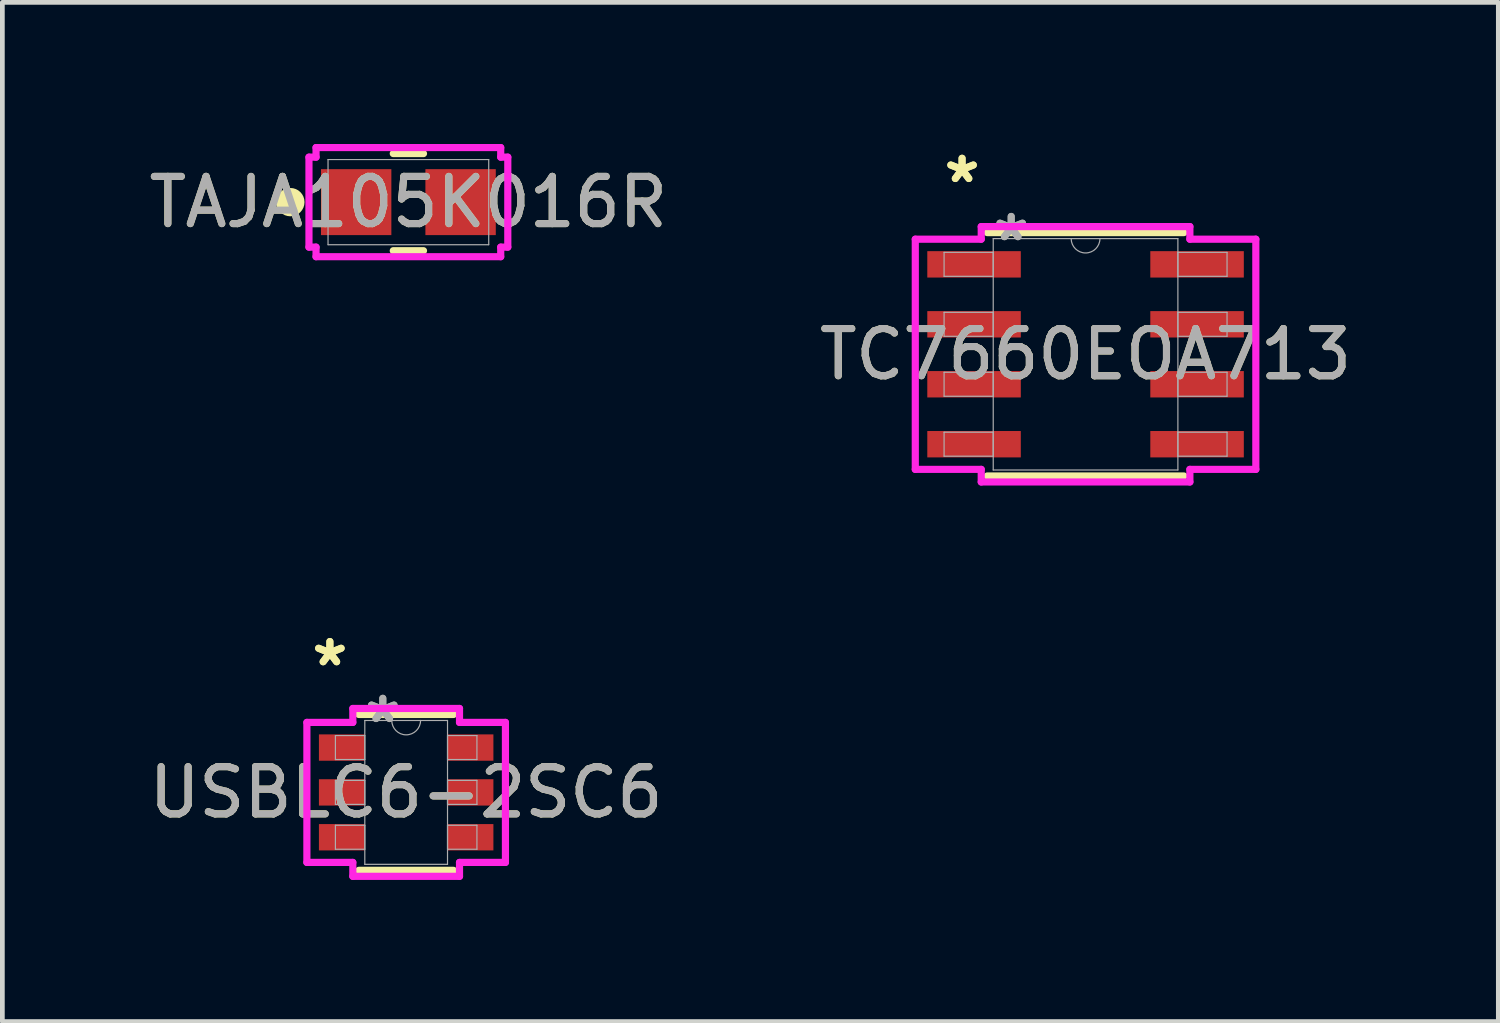
<source format=kicad_pcb>
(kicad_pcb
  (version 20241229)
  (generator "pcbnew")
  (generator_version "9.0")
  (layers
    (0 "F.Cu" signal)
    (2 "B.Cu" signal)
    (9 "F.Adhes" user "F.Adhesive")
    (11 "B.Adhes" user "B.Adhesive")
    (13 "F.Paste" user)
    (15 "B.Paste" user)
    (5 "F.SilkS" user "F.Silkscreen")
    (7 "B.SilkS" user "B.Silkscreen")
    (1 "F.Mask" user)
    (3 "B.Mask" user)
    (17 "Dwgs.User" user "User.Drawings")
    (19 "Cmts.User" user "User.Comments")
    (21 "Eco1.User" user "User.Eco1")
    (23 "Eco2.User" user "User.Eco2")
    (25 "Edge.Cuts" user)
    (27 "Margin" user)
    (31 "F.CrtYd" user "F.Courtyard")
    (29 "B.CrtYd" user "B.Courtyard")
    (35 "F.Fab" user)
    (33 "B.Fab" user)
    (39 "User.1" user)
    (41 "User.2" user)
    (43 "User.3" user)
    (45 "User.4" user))
  (footprint "USBLC6-2SC6"
    (layer "F.Cu")
    (at 5.554 13.736)
    (property "Reference" "USBLC6-2SC6" (at 0 0 0) (unlocked yes) (layer "F.SilkS") (effects (font (size 1 1) (thickness 0.15))))
    (attr smd)
    (fp_line (start -1.003 1.651) (end 1.003 1.651) (stroke (width 0.152) (type solid)) (layer "F.SilkS"))
    (fp_line (start 1.003 -1.651) (end -1.003 -1.651) (stroke (width 0.152) (type solid)) (layer "F.SilkS"))
    (fp_line (start -2.103 -1.483) (end -1.13 -1.483) (stroke (width 0.152) (type solid)) (layer "F.CrtYd"))
    (fp_line (start -2.103 1.483) (end -2.103 -1.483) (stroke (width 0.152) (type solid)) (layer "F.CrtYd"))
    (fp_line (start -2.103 1.483) (end -1.13 1.483) (stroke (width 0.152) (type solid)) (layer "F.CrtYd"))
    (fp_line (start -1.13 -1.778) (end 1.13 -1.778) (stroke (width 0.152) (type solid)) (layer "F.CrtYd"))
    (fp_line (start -1.13 -1.483) (end -1.13 -1.778) (stroke (width 0.152) (type solid)) (layer "F.CrtYd"))
    (fp_line (start -1.13 1.778) (end -1.13 1.483) (stroke (width 0.152) (type solid)) (layer "F.CrtYd"))
    (fp_line (start 1.13 -1.778) (end 1.13 -1.483) (stroke (width 0.152) (type solid)) (layer "F.CrtYd"))
    (fp_line (start 1.13 1.483) (end 1.13 1.778) (stroke (width 0.152) (type solid)) (layer "F.CrtYd"))
    (fp_line (start 1.13 1.778) (end -1.13 1.778) (stroke (width 0.152) (type solid)) (layer "F.CrtYd"))
    (fp_line (start 2.103 -1.483) (end 1.13 -1.483) (stroke (width 0.152) (type solid)) (layer "F.CrtYd"))
    (fp_line (start 2.103 -1.483) (end 2.103 1.483) (stroke (width 0.152) (type solid)) (layer "F.CrtYd"))
    (fp_line (start 2.103 1.483) (end 1.13 1.483) (stroke (width 0.152) (type solid)) (layer "F.CrtYd"))
    (fp_line (start -1.499 -1.204) (end -1.499 -0.696) (stroke (width 0.025) (type solid)) (layer "F.Fab"))
    (fp_line (start -1.499 -0.696) (end -0.876 -0.696) (stroke (width 0.025) (type solid)) (layer "F.Fab"))
    (fp_line (start -1.499 -0.254) (end -1.499 0.254) (stroke (width 0.025) (type solid)) (layer "F.Fab"))
    (fp_line (start -1.499 0.254) (end -0.876 0.254) (stroke (width 0.025) (type solid)) (layer "F.Fab"))
    (fp_line (start -1.499 0.696) (end -1.499 1.204) (stroke (width 0.025) (type solid)) (layer "F.Fab"))
    (fp_line (start -1.499 1.204) (end -0.876 1.204) (stroke (width 0.025) (type solid)) (layer "F.Fab"))
    (fp_line (start -0.876 -1.524) (end -0.876 1.524) (stroke (width 0.025) (type solid)) (layer "F.Fab"))
    (fp_line (start -0.876 -1.204) (end -1.499 -1.204) (stroke (width 0.025) (type solid)) (layer "F.Fab"))
    (fp_line (start -0.876 -0.696) (end -0.876 -1.204) (stroke (width 0.025) (type solid)) (layer "F.Fab"))
    (fp_line (start -0.876 -0.254) (end -1.499 -0.254) (stroke (width 0.025) (type solid)) (layer "F.Fab"))
    (fp_line (start -0.876 0.254) (end -0.876 -0.254) (stroke (width 0.025) (type solid)) (layer "F.Fab"))
    (fp_line (start -0.876 0.696) (end -1.499 0.696) (stroke (width 0.025) (type solid)) (layer "F.Fab"))
    (fp_line (start -0.876 1.204) (end -0.876 0.696) (stroke (width 0.025) (type solid)) (layer "F.Fab"))
    (fp_line (start -0.876 1.524) (end 0.876 1.524) (stroke (width 0.025) (type solid)) (layer "F.Fab"))
    (fp_line (start 0.876 -1.524) (end -0.876 -1.524) (stroke (width 0.025) (type solid)) (layer "F.Fab"))
    (fp_line (start 0.876 -1.204) (end 0.876 -0.696) (stroke (width 0.025) (type solid)) (layer "F.Fab"))
    (fp_line (start 0.876 -0.696) (end 1.499 -0.696) (stroke (width 0.025) (type solid)) (layer "F.Fab"))
    (fp_line (start 0.876 -0.254) (end 0.876 0.254) (stroke (width 0.025) (type solid)) (layer "F.Fab"))
    (fp_line (start 0.876 0.254) (end 1.499 0.254) (stroke (width 0.025) (type solid)) (layer "F.Fab"))
    (fp_line (start 0.876 0.696) (end 0.876 1.204) (stroke (width 0.025) (type solid)) (layer "F.Fab"))
    (fp_line (start 0.876 1.204) (end 1.499 1.204) (stroke (width 0.025) (type solid)) (layer "F.Fab"))
    (fp_line (start 0.876 1.524) (end 0.876 -1.524) (stroke (width 0.025) (type solid)) (layer "F.Fab"))
    (fp_line (start 1.499 -1.204) (end 0.876 -1.204) (stroke (width 0.025) (type solid)) (layer "F.Fab"))
    (fp_line (start 1.499 -0.696) (end 1.499 -1.204) (stroke (width 0.025) (type solid)) (layer "F.Fab"))
    (fp_line (start 1.499 -0.254) (end 0.876 -0.254) (stroke (width 0.025) (type solid)) (layer "F.Fab"))
    (fp_line (start 1.499 0.254) (end 1.499 -0.254) (stroke (width 0.025) (type solid)) (layer "F.Fab"))
    (fp_line (start 1.499 0.696) (end 0.876 0.696) (stroke (width 0.025) (type solid)) (layer "F.Fab"))
    (fp_line (start 1.499 1.204) (end 1.499 0.696) (stroke (width 0.025) (type solid)) (layer "F.Fab"))
    (fp_arc (start 0.3048 -1.524) (mid 0 -1.2192) (end -0.3048 -1.524) (stroke (width 0.0254) (type solid)) (layer "F.Fab"))
    (fp_text user "*" (at -1.616 -2.651 0) (unlocked yes) (layer "F.SilkS") (effects (font (size 1 1) (thickness 0.15))))
    (fp_text user "*" (at -1.616 -2.651 0) (layer "F.SilkS") (effects (font (size 1 1) (thickness 0.15))))
    (fp_text user "*" (at -0.495 -1.448 0) (layer "F.Fab") (effects (font (size 1 1) (thickness 0.15))))
    (fp_text user "${REFERENCE}" (at 0 0 0) (unlocked yes) (layer "F.Fab") (effects (font (size 1 1) (thickness 0.15))))
    (fp_text user "*" (at -0.495 -1.448 0) (unlocked yes) (layer "F.Fab") (effects (font (size 1 1) (thickness 0.15))))
    (pad "1" smd rect (at -1.362 -0.95) (size 0.972 0.558) (layers "F.Cu" "F.Mask" "F.Paste"))
    (pad "2" smd rect (at -1.362 0) (size 0.972 0.558) (layers "F.Cu" "F.Mask" "F.Paste"))
    (pad "3" smd rect (at -1.362 0.95) (size 0.972 0.558) (layers "F.Cu" "F.Mask" "F.Paste"))
    (pad "4" smd rect (at 1.362 0.95) (size 0.972 0.558) (layers "F.Cu" "F.Mask" "F.Paste"))
    (pad "5" smd rect (at 1.362 0) (size 0.972 0.558) (layers "F.Cu" "F.Mask" "F.Paste"))
    (pad "6" smd rect (at 1.362 -0.95) (size 0.972 0.558) (layers "F.Cu" "F.Mask" "F.Paste")))
  (footprint "TC7660EOA713"
    (layer "F.Cu")
    (at 19.946 4.455)
    (property "Reference" "TC7660EOA713" (at 0 0 0) (unlocked yes) (layer "F.SilkS") (effects (font (size 1 1) (thickness 0.15))))
    (attr smd)
    (fp_line (start -2.083 2.578) (end 2.083 2.578) (stroke (width 0.152) (type solid)) (layer "F.SilkS"))
    (fp_line (start 2.083 -2.578) (end -2.083 -2.578) (stroke (width 0.152) (type solid)) (layer "F.SilkS"))
    (fp_line (start -3.607 -2.438) (end -2.21 -2.438) (stroke (width 0.152) (type solid)) (layer "F.CrtYd"))
    (fp_line (start -3.607 2.438) (end -3.607 -2.438) (stroke (width 0.152) (type solid)) (layer "F.CrtYd"))
    (fp_line (start -3.607 2.438) (end -2.21 2.438) (stroke (width 0.152) (type solid)) (layer "F.CrtYd"))
    (fp_line (start -2.21 -2.705) (end 2.21 -2.705) (stroke (width 0.152) (type solid)) (layer "F.CrtYd"))
    (fp_line (start -2.21 -2.438) (end -2.21 -2.705) (stroke (width 0.152) (type solid)) (layer "F.CrtYd"))
    (fp_line (start -2.21 2.705) (end -2.21 2.438) (stroke (width 0.152) (type solid)) (layer "F.CrtYd"))
    (fp_line (start 2.21 -2.705) (end 2.21 -2.438) (stroke (width 0.152) (type solid)) (layer "F.CrtYd"))
    (fp_line (start 2.21 2.438) (end 2.21 2.705) (stroke (width 0.152) (type solid)) (layer "F.CrtYd"))
    (fp_line (start 2.21 2.705) (end -2.21 2.705) (stroke (width 0.152) (type solid)) (layer "F.CrtYd"))
    (fp_line (start 3.607 -2.438) (end 2.21 -2.438) (stroke (width 0.152) (type solid)) (layer "F.CrtYd"))
    (fp_line (start 3.607 -2.438) (end 3.607 2.438) (stroke (width 0.152) (type solid)) (layer "F.CrtYd"))
    (fp_line (start 3.607 2.438) (end 2.21 2.438) (stroke (width 0.152) (type solid)) (layer "F.CrtYd"))
    (fp_line (start -2.997 -2.159) (end -2.997 -1.651) (stroke (width 0.025) (type solid)) (layer "F.Fab"))
    (fp_line (start -2.997 -1.651) (end -1.956 -1.651) (stroke (width 0.025) (type solid)) (layer "F.Fab"))
    (fp_line (start -2.997 -0.889) (end -2.997 -0.381) (stroke (width 0.025) (type solid)) (layer "F.Fab"))
    (fp_line (start -2.997 -0.381) (end -1.956 -0.381) (stroke (width 0.025) (type solid)) (layer "F.Fab"))
    (fp_line (start -2.997 0.381) (end -2.997 0.889) (stroke (width 0.025) (type solid)) (layer "F.Fab"))
    (fp_line (start -2.997 0.889) (end -1.956 0.889) (stroke (width 0.025) (type solid)) (layer "F.Fab"))
    (fp_line (start -2.997 1.651) (end -2.997 2.159) (stroke (width 0.025) (type solid)) (layer "F.Fab"))
    (fp_line (start -2.997 2.159) (end -1.956 2.159) (stroke (width 0.025) (type solid)) (layer "F.Fab"))
    (fp_line (start -1.956 -2.451) (end -1.956 2.451) (stroke (width 0.025) (type solid)) (layer "F.Fab"))
    (fp_line (start -1.956 -2.159) (end -2.997 -2.159) (stroke (width 0.025) (type solid)) (layer "F.Fab"))
    (fp_line (start -1.956 -1.651) (end -1.956 -2.159) (stroke (width 0.025) (type solid)) (layer "F.Fab"))
    (fp_line (start -1.956 -0.889) (end -2.997 -0.889) (stroke (width 0.025) (type solid)) (layer "F.Fab"))
    (fp_line (start -1.956 -0.381) (end -1.956 -0.889) (stroke (width 0.025) (type solid)) (layer "F.Fab"))
    (fp_line (start -1.956 0.381) (end -2.997 0.381) (stroke (width 0.025) (type solid)) (layer "F.Fab"))
    (fp_line (start -1.956 0.889) (end -1.956 0.381) (stroke (width 0.025) (type solid)) (layer "F.Fab"))
    (fp_line (start -1.956 1.651) (end -2.997 1.651) (stroke (width 0.025) (type solid)) (layer "F.Fab"))
    (fp_line (start -1.956 2.159) (end -1.956 1.651) (stroke (width 0.025) (type solid)) (layer "F.Fab"))
    (fp_line (start -1.956 2.451) (end 1.956 2.451) (stroke (width 0.025) (type solid)) (layer "F.Fab"))
    (fp_line (start 1.956 -2.451) (end -1.956 -2.451) (stroke (width 0.025) (type solid)) (layer "F.Fab"))
    (fp_line (start 1.956 -2.159) (end 1.956 -1.651) (stroke (width 0.025) (type solid)) (layer "F.Fab"))
    (fp_line (start 1.956 -1.651) (end 2.997 -1.651) (stroke (width 0.025) (type solid)) (layer "F.Fab"))
    (fp_line (start 1.956 -0.889) (end 1.956 -0.381) (stroke (width 0.025) (type solid)) (layer "F.Fab"))
    (fp_line (start 1.956 -0.381) (end 2.997 -0.381) (stroke (width 0.025) (type solid)) (layer "F.Fab"))
    (fp_line (start 1.956 0.381) (end 1.956 0.889) (stroke (width 0.025) (type solid)) (layer "F.Fab"))
    (fp_line (start 1.956 0.889) (end 2.997 0.889) (stroke (width 0.025) (type solid)) (layer "F.Fab"))
    (fp_line (start 1.956 1.651) (end 1.956 2.159) (stroke (width 0.025) (type solid)) (layer "F.Fab"))
    (fp_line (start 1.956 2.159) (end 2.997 2.159) (stroke (width 0.025) (type solid)) (layer "F.Fab"))
    (fp_line (start 1.956 2.451) (end 1.956 -2.451) (stroke (width 0.025) (type solid)) (layer "F.Fab"))
    (fp_line (start 2.997 -2.159) (end 1.956 -2.159) (stroke (width 0.025) (type solid)) (layer "F.Fab"))
    (fp_line (start 2.997 -1.651) (end 2.997 -2.159) (stroke (width 0.025) (type solid)) (layer "F.Fab"))
    (fp_line (start 2.997 -0.889) (end 1.956 -0.889) (stroke (width 0.025) (type solid)) (layer "F.Fab"))
    (fp_line (start 2.997 -0.381) (end 2.997 -0.889) (stroke (width 0.025) (type solid)) (layer "F.Fab"))
    (fp_line (start 2.997 0.381) (end 1.956 0.381) (stroke (width 0.025) (type solid)) (layer "F.Fab"))
    (fp_line (start 2.997 0.889) (end 2.997 0.381) (stroke (width 0.025) (type solid)) (layer "F.Fab"))
    (fp_line (start 2.997 1.651) (end 1.956 1.651) (stroke (width 0.025) (type solid)) (layer "F.Fab"))
    (fp_line (start 2.997 2.159) (end 2.997 1.651) (stroke (width 0.025) (type solid)) (layer "F.Fab"))
    (fp_arc (start 0.3048 -2.4511) (mid 0 -2.1463) (end -0.3048 -2.4511) (stroke (width 0.0254) (type solid)) (layer "F.Fab"))
    (fp_text user "*" (at -2.616 -3.607 0) (unlocked yes) (layer "F.SilkS") (effects (font (size 1 1) (thickness 0.15))))
    (fp_text user "*" (at -2.616 -3.607 0) (layer "F.SilkS") (effects (font (size 1 1) (thickness 0.15))))
    (fp_text user "*" (at -1.575 -2.375 0) (unlocked yes) (layer "F.Fab") (effects (font (size 1 1) (thickness 0.15))))
    (fp_text user "${REFERENCE}" (at 0 0 0) (unlocked yes) (layer "F.Fab") (effects (font (size 1 1) (thickness 0.15))))
    (fp_text user "*" (at -1.575 -2.375 0) (layer "F.Fab") (effects (font (size 1 1) (thickness 0.15))))
    (pad "1" smd rect (at -2.362 -1.905) (size 1.981 0.559) (layers "F.Cu" "F.Mask" "F.Paste"))
    (pad "2" smd rect (at -2.362 -0.635) (size 1.981 0.559) (layers "F.Cu" "F.Mask" "F.Paste"))
    (pad "3" smd rect (at -2.362 0.635) (size 1.981 0.559) (layers "F.Cu" "F.Mask" "F.Paste"))
    (pad "4" smd rect (at -2.362 1.905) (size 1.981 0.559) (layers "F.Cu" "F.Mask" "F.Paste"))
    (pad "5" smd rect (at 2.362 1.905) (size 1.981 0.559) (layers "F.Cu" "F.Mask" "F.Paste"))
    (pad "6" smd rect (at 2.362 0.635) (size 1.981 0.559) (layers "F.Cu" "F.Mask" "F.Paste"))
    (pad "7" smd rect (at 2.362 -0.635) (size 1.981 0.559) (layers "F.Cu" "F.Mask" "F.Paste"))
    (pad "8" smd rect (at 2.362 -1.905) (size 1.981 0.559) (layers "F.Cu" "F.Mask" "F.Paste")))
  (footprint "TAJA105K016R"
    (layer "F.Cu")
    (at 5.601 1.232)
    (property "Reference" "TAJA105K016R" (at 0 0 0) (unlocked yes) (layer "F.SilkS") (effects (font (size 1 1) (thickness 0.15))))
    (attr smd)
    (fp_line (start -0.32 1.029) (end 0.32 1.029) (stroke (width 0.152) (type solid)) (layer "F.SilkS"))
    (fp_line (start 0.32 -1.029) (end -0.32 -1.029) (stroke (width 0.152) (type solid)) (layer "F.SilkS"))
    (fp_circle (center -2.5 0) (end -2.25 0) (stroke (width 0.1) (type default)) (fill yes) (layer "F.SilkS"))
    (fp_line (start -2.106 -0.953) (end -1.956 -0.953) (stroke (width 0.152) (type solid)) (layer "F.CrtYd"))
    (fp_line (start -2.106 0.953) (end -2.106 -0.953) (stroke (width 0.152) (type solid)) (layer "F.CrtYd"))
    (fp_line (start -1.956 -1.156) (end 1.956 -1.156) (stroke (width 0.152) (type solid)) (layer "F.CrtYd"))
    (fp_line (start -1.956 -0.953) (end -1.956 -1.156) (stroke (width 0.152) (type solid)) (layer "F.CrtYd"))
    (fp_line (start -1.956 0.953) (end -2.106 0.953) (stroke (width 0.152) (type solid)) (layer "F.CrtYd"))
    (fp_line (start -1.956 1.156) (end -1.956 0.953) (stroke (width 0.152) (type solid)) (layer "F.CrtYd"))
    (fp_line (start 1.956 -1.156) (end 1.956 -0.953) (stroke (width 0.152) (type solid)) (layer "F.CrtYd"))
    (fp_line (start 1.956 -0.953) (end 2.106 -0.953) (stroke (width 0.152) (type solid)) (layer "F.CrtYd"))
    (fp_line (start 1.956 0.953) (end 1.956 1.156) (stroke (width 0.152) (type solid)) (layer "F.CrtYd"))
    (fp_line (start 1.956 1.156) (end -1.956 1.156) (stroke (width 0.152) (type solid)) (layer "F.CrtYd"))
    (fp_line (start 2.106 -0.953) (end 2.106 0.953) (stroke (width 0.152) (type solid)) (layer "F.CrtYd"))
    (fp_line (start 2.106 0.953) (end 1.956 0.953) (stroke (width 0.152) (type solid)) (layer "F.CrtYd"))
    (fp_line (start -1.702 -0.902) (end -1.702 0.902) (stroke (width 0.025) (type solid)) (layer "F.Fab"))
    (fp_line (start -1.702 0.902) (end 1.702 0.902) (stroke (width 0.025) (type solid)) (layer "F.Fab"))
    (fp_line (start 1.702 -0.902) (end -1.702 -0.902) (stroke (width 0.025) (type solid)) (layer "F.Fab"))
    (fp_line (start 1.702 0.902) (end 1.702 -0.902) (stroke (width 0.025) (type solid)) (layer "F.Fab"))
    (fp_text user "${REFERENCE}" (at 0 0 0) (unlocked yes) (layer "F.Fab") (effects (font (size 1 1) (thickness 0.15))))
    (pad "1" smd rect (at -1.106 0 90) (size 1.397 1.491) (layers "F.Cu" "F.Mask" "F.Paste"))
    (pad "2" smd rect (at 1.106 0 90) (size 1.397 1.491) (layers "F.Cu" "F.Mask" "F.Paste"))
    (zone (net_name "") (layer "F.Cu") (hatch full 0.508) (connect_pads) (min_thickness 0.254) (filled_areas_thickness no) (keepout (tracks not_allowed) (vias not_allowed) (pads allowed) (copperpour not_allowed) (footprints allowed)) (placement (enabled no)) (fill) (polygon (pts (xy 3.95 0.381) (xy 7.252 0.381) (xy 7.252 0.483) (xy 3.95 0.483))))
    (zone (net_name "") (layer "F.Cu") (hatch full 0.508) (connect_pads) (min_thickness 0.254) (filled_areas_thickness no) (keepout (tracks not_allowed) (vias not_allowed) (pads allowed) (copperpour not_allowed) (footprints allowed)) (placement (enabled no)) (fill) (polygon (pts (xy 3.95 1.981) (xy 7.252 1.981) (xy 7.252 2.083) (xy 3.95 2.083))))
    (zone (net_name "") (layer "F.Cu") (hatch full 0.508) (connect_pads) (min_thickness 0.254) (filled_areas_thickness no) (keepout (tracks not_allowed) (vias not_allowed) (pads allowed) (copperpour not_allowed) (footprints allowed)) (placement (enabled no)) (fill) (polygon (pts (xy 5.291 0.483) (xy 5.911 0.483) (xy 5.911 1.981) (xy 5.291 1.981)))))
  (gr_rect
    (start -3 -3)
    (end 28.69 18.59)
    (stroke (width 0.1) (type default))
    (fill no)
    (layer "Edge.Cuts")))
</source>
